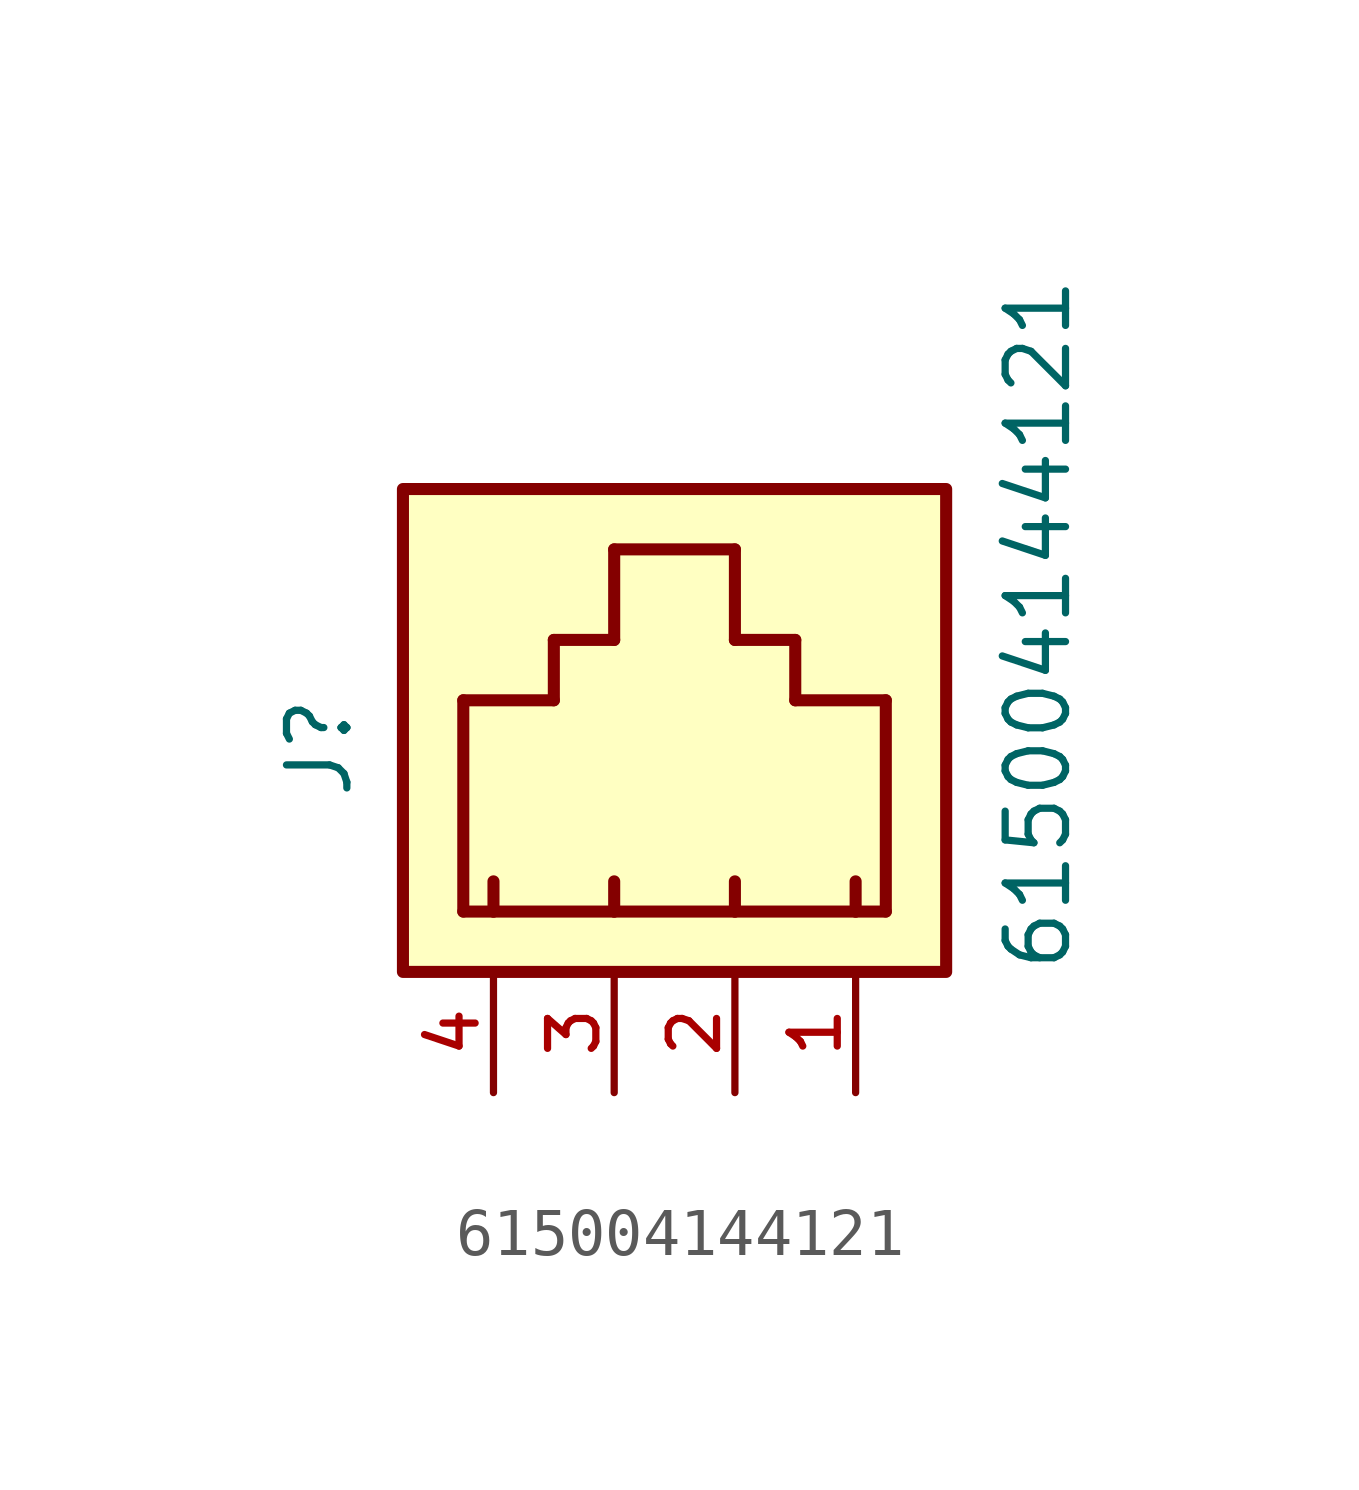
<source format=kicad_sym>
(kicad_symbol_lib
  (version 20211014)
  (generator kicad_symbol_editor)
  (symbol "615004144121"
    (pin_names
      (offset 1.016))
    (property "Reference" "J"
      (at -8.002 -0.362 90.0)
      (effects (font (size 1.27 1.27)) (justify bottom)))
    (property "Value" "615004144121"
      (at 7.12 -5.124 90.0)
      (effects (font (size 1.27 1.27)) (justify bottom left)))
    (symbol "615004144121_0_0"
      (polyline (pts (xy -5.715 -3.81) (xy -5.715 0.635)) (stroke (width 0.254)))
      (polyline (pts (xy -2.54 3.81) (xy 0.0 3.81)) (stroke (width 0.254)))
      (polyline (pts (xy 3.175 0.635) (xy 3.175 -3.81)) (stroke (width 0.254)))
      (polyline (pts (xy 3.175 -3.81) (xy 2.54 -3.81)) (stroke (width 0.254)))
      (polyline (pts (xy 2.54 -3.81) (xy 0.0 -3.81)) (stroke (width 0.254)))
      (polyline (pts (xy 0.0 -3.81) (xy -2.54 -3.81)) (stroke (width 0.254)))
      (polyline (pts (xy -2.54 -3.81) (xy -5.08 -3.81)) (stroke (width 0.254)))
      (polyline (pts (xy -5.08 -3.81) (xy -5.715 -3.81)) (stroke (width 0.254)))
      (polyline (pts (xy -5.715 0.635) (xy -3.81 0.635)) (stroke (width 0.254)))
      (polyline (pts (xy -3.81 0.635) (xy -3.81 1.905)) (stroke (width 0.254)))
      (polyline (pts (xy -3.81 1.905) (xy -2.54 1.905)) (stroke (width 0.254)))
      (polyline (pts (xy -2.54 1.905) (xy -2.54 3.81)) (stroke (width 0.254)))
      (polyline (pts (xy 3.175 0.635) (xy 1.27 0.635)) (stroke (width 0.254)))
      (polyline (pts (xy 1.27 0.635) (xy 1.27 1.905)) (stroke (width 0.254)))
      (polyline (pts (xy 1.27 1.905) (xy 0.0 1.905)) (stroke (width 0.254)))
      (polyline (pts (xy 0.0 1.905) (xy 0.0 3.81)) (stroke (width 0.254)))
      (polyline (pts (xy -5.08 -3.81) (xy -5.08 -3.175)) (stroke (width 0.254)))
      (polyline (pts (xy -2.54 -3.81) (xy -2.54 -3.175)) (stroke (width 0.254)))
      (polyline (pts (xy 0.0 -3.81) (xy 0.0 -3.175)) (stroke (width 0.254)))
      (polyline (pts (xy 2.54 -3.81) (xy 2.54 -3.175)) (stroke (width 0.254)))
      (rectangle (start -6.985 -5.08) (end 4.445 5.08) (stroke (width 0.254)) (fill (type background)))
      (pin passive line (at 2.54 -7.62 90.0) (length 2.54) (name "~" (effects (font (size 1.016 1.016)))) (number "1" (effects (font (size 1.016 1.016)))))
      (pin passive line (at 0.0 -7.62 90.0) (length 2.54) (name "~" (effects (font (size 1.016 1.016)))) (number "2" (effects (font (size 1.016 1.016)))))
      (pin passive line (at -2.54 -7.62 90.0) (length 2.54) (name "~" (effects (font (size 1.016 1.016)))) (number "3" (effects (font (size 1.016 1.016)))))
      (pin passive line (at -5.08 -7.62 90.0) (length 2.54) (name "~" (effects (font (size 1.016 1.016)))) (number "4" (effects (font (size 1.016 1.016))))))))
</source>
